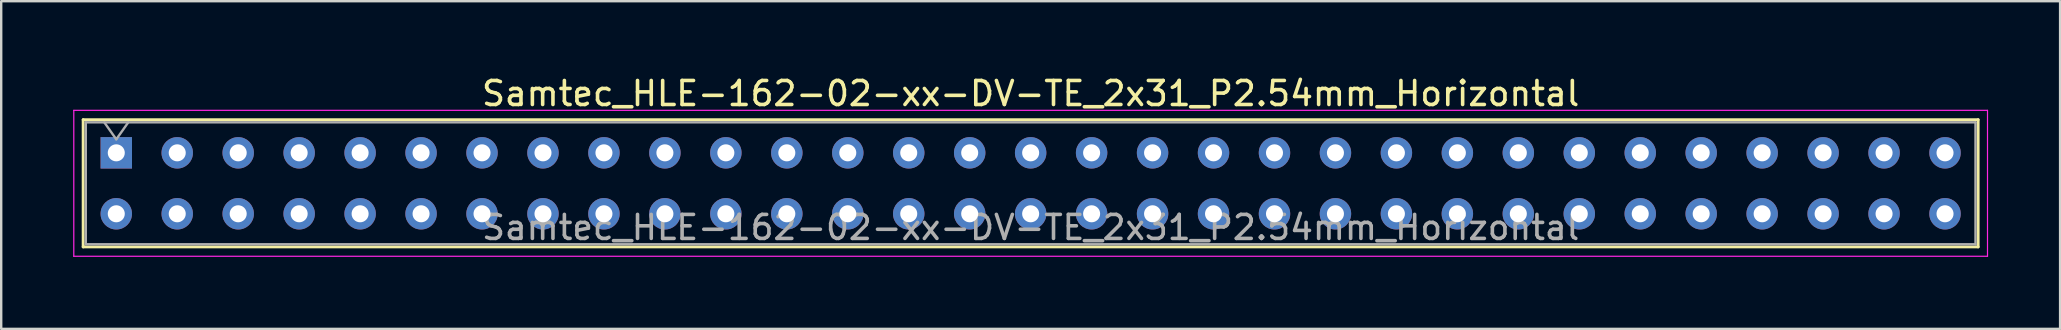
<source format=kicad_pcb>
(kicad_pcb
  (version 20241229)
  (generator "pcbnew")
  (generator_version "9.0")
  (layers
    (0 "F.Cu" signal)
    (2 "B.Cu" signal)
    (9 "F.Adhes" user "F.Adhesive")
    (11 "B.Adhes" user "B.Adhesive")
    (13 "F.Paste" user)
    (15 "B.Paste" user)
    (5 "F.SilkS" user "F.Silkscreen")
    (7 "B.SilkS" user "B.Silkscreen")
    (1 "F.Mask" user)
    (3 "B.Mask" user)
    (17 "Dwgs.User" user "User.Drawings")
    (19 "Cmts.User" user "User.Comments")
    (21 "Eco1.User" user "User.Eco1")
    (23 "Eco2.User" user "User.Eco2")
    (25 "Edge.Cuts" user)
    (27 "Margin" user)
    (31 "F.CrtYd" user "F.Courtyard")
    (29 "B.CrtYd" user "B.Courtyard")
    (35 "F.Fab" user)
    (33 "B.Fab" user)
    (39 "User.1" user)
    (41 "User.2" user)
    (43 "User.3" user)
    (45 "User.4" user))
  (footprint "Samtec_HLE-162-02-xx-DV-TE_2x31_P2.54mm_Horizontal"
    (layer "F.Cu")
    (at 1.795 3.318)
    (property "Reference" "Samtec_HLE-162-02-xx-DV-TE_2x31_P2.54mm_Horizontal" (at 38.1 -2.47 0) (layer "F.SilkS") (effects (font (size 1 1) (thickness 0.15))))
    (attr through_hole)
    (fp_line (start -1.38 -1.38) (end 77.58 -1.38) (stroke (width 0.12) (type solid)) (layer "F.SilkS"))
    (fp_line (start -1.38 3.92) (end -1.38 -1.38) (stroke (width 0.12) (type solid)) (layer "F.SilkS"))
    (fp_line (start 77.58 -1.38) (end 77.58 3.92) (stroke (width 0.12) (type solid)) (layer "F.SilkS"))
    (fp_line (start 77.58 3.92) (end -1.38 3.92) (stroke (width 0.12) (type solid)) (layer "F.SilkS"))
    (fp_line (start -1.77 -1.77) (end 77.97 -1.77) (stroke (width 0.05) (type solid)) (layer "F.CrtYd"))
    (fp_line (start -1.77 4.31) (end -1.77 -1.77) (stroke (width 0.05) (type solid)) (layer "F.CrtYd"))
    (fp_line (start 77.97 -1.77) (end 77.97 4.31) (stroke (width 0.05) (type solid)) (layer "F.CrtYd"))
    (fp_line (start 77.97 4.31) (end -1.77 4.31) (stroke (width 0.05) (type solid)) (layer "F.CrtYd"))
    (fp_line (start -1.27 -1.27) (end 77.47 -1.27) (stroke (width 0.1) (type solid)) (layer "F.Fab"))
    (fp_line (start -1.27 3.81) (end -1.27 -1.27) (stroke (width 0.1) (type solid)) (layer "F.Fab"))
    (fp_line (start -0.5 -1.27) (end 0 -0.563) (stroke (width 0.1) (type solid)) (layer "F.Fab"))
    (fp_line (start 0 -0.563) (end 0.5 -1.27) (stroke (width 0.1) (type solid)) (layer "F.Fab"))
    (fp_line (start 77.47 -1.27) (end 77.47 3.81) (stroke (width 0.1) (type solid)) (layer "F.Fab"))
    (fp_line (start 77.47 3.81) (end -1.27 3.81) (stroke (width 0.1) (type solid)) (layer "F.Fab"))
    (fp_text user "${REFERENCE}" (at 38.1 3.11 0) (layer "F.Fab") (effects (font (size 1 1) (thickness 0.15))))
    (pad "1" thru_hole rect (at 0 0) (size 1.31 1.31) (drill 0.71) (layers "*.Cu" "*.Mask"))
    (pad "2" thru_hole circle (at 0 2.54) (size 1.31 1.31) (drill 0.71) (layers "*.Cu" "*.Mask"))
    (pad "3" thru_hole circle (at 2.54 0) (size 1.31 1.31) (drill 0.71) (layers "*.Cu" "*.Mask"))
    (pad "4" thru_hole circle (at 2.54 2.54) (size 1.31 1.31) (drill 0.71) (layers "*.Cu" "*.Mask"))
    (pad "5" thru_hole circle (at 5.08 0) (size 1.31 1.31) (drill 0.71) (layers "*.Cu" "*.Mask"))
    (pad "6" thru_hole circle (at 5.08 2.54) (size 1.31 1.31) (drill 0.71) (layers "*.Cu" "*.Mask"))
    (pad "7" thru_hole circle (at 7.62 0) (size 1.31 1.31) (drill 0.71) (layers "*.Cu" "*.Mask"))
    (pad "8" thru_hole circle (at 7.62 2.54) (size 1.31 1.31) (drill 0.71) (layers "*.Cu" "*.Mask"))
    (pad "9" thru_hole circle (at 10.16 0) (size 1.31 1.31) (drill 0.71) (layers "*.Cu" "*.Mask"))
    (pad "10" thru_hole circle (at 10.16 2.54) (size 1.31 1.31) (drill 0.71) (layers "*.Cu" "*.Mask"))
    (pad "11" thru_hole circle (at 12.7 0) (size 1.31 1.31) (drill 0.71) (layers "*.Cu" "*.Mask"))
    (pad "12" thru_hole circle (at 12.7 2.54) (size 1.31 1.31) (drill 0.71) (layers "*.Cu" "*.Mask"))
    (pad "13" thru_hole circle (at 15.24 0) (size 1.31 1.31) (drill 0.71) (layers "*.Cu" "*.Mask"))
    (pad "14" thru_hole circle (at 15.24 2.54) (size 1.31 1.31) (drill 0.71) (layers "*.Cu" "*.Mask"))
    (pad "15" thru_hole circle (at 17.78 0) (size 1.31 1.31) (drill 0.71) (layers "*.Cu" "*.Mask"))
    (pad "16" thru_hole circle (at 17.78 2.54) (size 1.31 1.31) (drill 0.71) (layers "*.Cu" "*.Mask"))
    (pad "17" thru_hole circle (at 20.32 0) (size 1.31 1.31) (drill 0.71) (layers "*.Cu" "*.Mask"))
    (pad "18" thru_hole circle (at 20.32 2.54) (size 1.31 1.31) (drill 0.71) (layers "*.Cu" "*.Mask"))
    (pad "19" thru_hole circle (at 22.86 0) (size 1.31 1.31) (drill 0.71) (layers "*.Cu" "*.Mask"))
    (pad "20" thru_hole circle (at 22.86 2.54) (size 1.31 1.31) (drill 0.71) (layers "*.Cu" "*.Mask"))
    (pad "21" thru_hole circle (at 25.4 0) (size 1.31 1.31) (drill 0.71) (layers "*.Cu" "*.Mask"))
    (pad "22" thru_hole circle (at 25.4 2.54) (size 1.31 1.31) (drill 0.71) (layers "*.Cu" "*.Mask"))
    (pad "23" thru_hole circle (at 27.94 0) (size 1.31 1.31) (drill 0.71) (layers "*.Cu" "*.Mask"))
    (pad "24" thru_hole circle (at 27.94 2.54) (size 1.31 1.31) (drill 0.71) (layers "*.Cu" "*.Mask"))
    (pad "25" thru_hole circle (at 30.48 0) (size 1.31 1.31) (drill 0.71) (layers "*.Cu" "*.Mask"))
    (pad "26" thru_hole circle (at 30.48 2.54) (size 1.31 1.31) (drill 0.71) (layers "*.Cu" "*.Mask"))
    (pad "27" thru_hole circle (at 33.02 0) (size 1.31 1.31) (drill 0.71) (layers "*.Cu" "*.Mask"))
    (pad "28" thru_hole circle (at 33.02 2.54) (size 1.31 1.31) (drill 0.71) (layers "*.Cu" "*.Mask"))
    (pad "29" thru_hole circle (at 35.56 0) (size 1.31 1.31) (drill 0.71) (layers "*.Cu" "*.Mask"))
    (pad "30" thru_hole circle (at 35.56 2.54) (size 1.31 1.31) (drill 0.71) (layers "*.Cu" "*.Mask"))
    (pad "31" thru_hole circle (at 38.1 0) (size 1.31 1.31) (drill 0.71) (layers "*.Cu" "*.Mask"))
    (pad "32" thru_hole circle (at 38.1 2.54) (size 1.31 1.31) (drill 0.71) (layers "*.Cu" "*.Mask"))
    (pad "33" thru_hole circle (at 40.64 0) (size 1.31 1.31) (drill 0.71) (layers "*.Cu" "*.Mask"))
    (pad "34" thru_hole circle (at 40.64 2.54) (size 1.31 1.31) (drill 0.71) (layers "*.Cu" "*.Mask"))
    (pad "35" thru_hole circle (at 43.18 0) (size 1.31 1.31) (drill 0.71) (layers "*.Cu" "*.Mask"))
    (pad "36" thru_hole circle (at 43.18 2.54) (size 1.31 1.31) (drill 0.71) (layers "*.Cu" "*.Mask"))
    (pad "37" thru_hole circle (at 45.72 0) (size 1.31 1.31) (drill 0.71) (layers "*.Cu" "*.Mask"))
    (pad "38" thru_hole circle (at 45.72 2.54) (size 1.31 1.31) (drill 0.71) (layers "*.Cu" "*.Mask"))
    (pad "39" thru_hole circle (at 48.26 0) (size 1.31 1.31) (drill 0.71) (layers "*.Cu" "*.Mask"))
    (pad "40" thru_hole circle (at 48.26 2.54) (size 1.31 1.31) (drill 0.71) (layers "*.Cu" "*.Mask"))
    (pad "41" thru_hole circle (at 50.8 0) (size 1.31 1.31) (drill 0.71) (layers "*.Cu" "*.Mask"))
    (pad "42" thru_hole circle (at 50.8 2.54) (size 1.31 1.31) (drill 0.71) (layers "*.Cu" "*.Mask"))
    (pad "43" thru_hole circle (at 53.34 0) (size 1.31 1.31) (drill 0.71) (layers "*.Cu" "*.Mask"))
    (pad "44" thru_hole circle (at 53.34 2.54) (size 1.31 1.31) (drill 0.71) (layers "*.Cu" "*.Mask"))
    (pad "45" thru_hole circle (at 55.88 0) (size 1.31 1.31) (drill 0.71) (layers "*.Cu" "*.Mask"))
    (pad "46" thru_hole circle (at 55.88 2.54) (size 1.31 1.31) (drill 0.71) (layers "*.Cu" "*.Mask"))
    (pad "47" thru_hole circle (at 58.42 0) (size 1.31 1.31) (drill 0.71) (layers "*.Cu" "*.Mask"))
    (pad "48" thru_hole circle (at 58.42 2.54) (size 1.31 1.31) (drill 0.71) (layers "*.Cu" "*.Mask"))
    (pad "49" thru_hole circle (at 60.96 0) (size 1.31 1.31) (drill 0.71) (layers "*.Cu" "*.Mask"))
    (pad "50" thru_hole circle (at 60.96 2.54) (size 1.31 1.31) (drill 0.71) (layers "*.Cu" "*.Mask"))
    (pad "51" thru_hole circle (at 63.5 0) (size 1.31 1.31) (drill 0.71) (layers "*.Cu" "*.Mask"))
    (pad "52" thru_hole circle (at 63.5 2.54) (size 1.31 1.31) (drill 0.71) (layers "*.Cu" "*.Mask"))
    (pad "53" thru_hole circle (at 66.04 0) (size 1.31 1.31) (drill 0.71) (layers "*.Cu" "*.Mask"))
    (pad "54" thru_hole circle (at 66.04 2.54) (size 1.31 1.31) (drill 0.71) (layers "*.Cu" "*.Mask"))
    (pad "55" thru_hole circle (at 68.58 0) (size 1.31 1.31) (drill 0.71) (layers "*.Cu" "*.Mask"))
    (pad "56" thru_hole circle (at 68.58 2.54) (size 1.31 1.31) (drill 0.71) (layers "*.Cu" "*.Mask"))
    (pad "57" thru_hole circle (at 71.12 0) (size 1.31 1.31) (drill 0.71) (layers "*.Cu" "*.Mask"))
    (pad "58" thru_hole circle (at 71.12 2.54) (size 1.31 1.31) (drill 0.71) (layers "*.Cu" "*.Mask"))
    (pad "59" thru_hole circle (at 73.66 0) (size 1.31 1.31) (drill 0.71) (layers "*.Cu" "*.Mask"))
    (pad "60" thru_hole circle (at 73.66 2.54) (size 1.31 1.31) (drill 0.71) (layers "*.Cu" "*.Mask"))
    (pad "61" thru_hole circle (at 76.2 0) (size 1.31 1.31) (drill 0.71) (layers "*.Cu" "*.Mask"))
    (pad "62" thru_hole circle (at 76.2 2.54) (size 1.31 1.31) (drill 0.71) (layers "*.Cu" "*.Mask")))
  (gr_rect
    (start -3 -3)
    (end 82.79 10.653)
    (stroke (width 0.1) (type default))
    (fill no)
    (layer "Edge.Cuts")))
</source>
